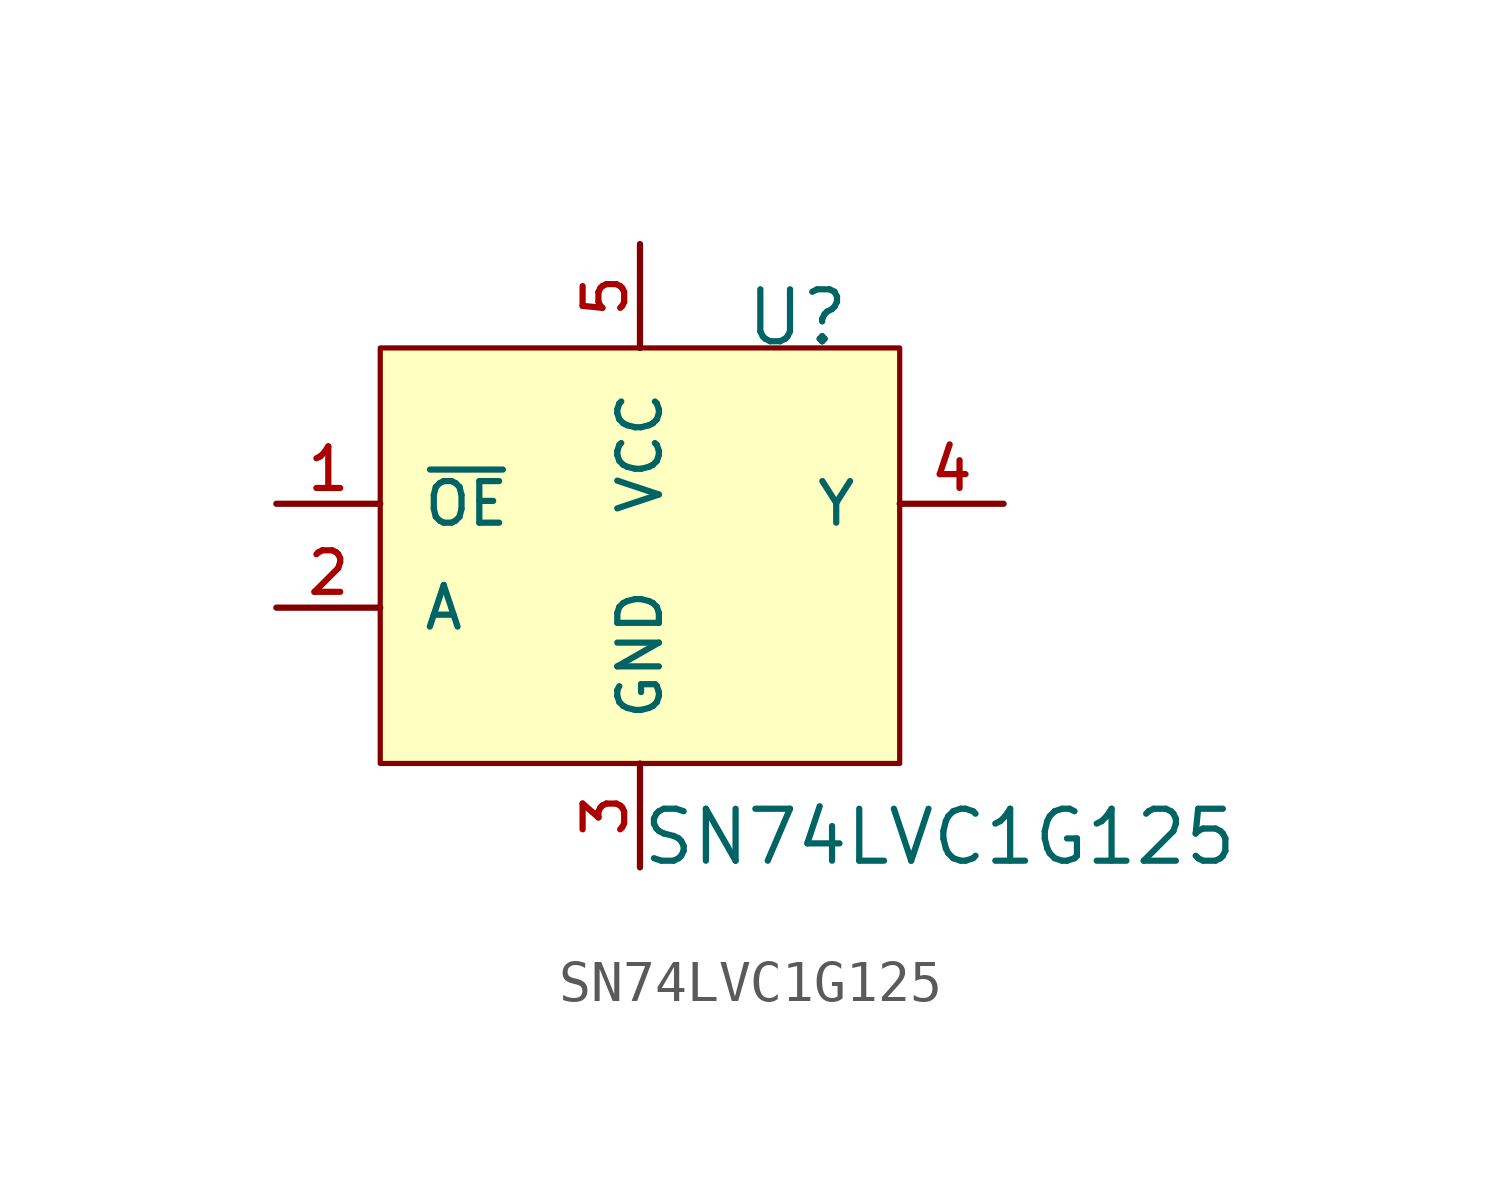
<source format=kicad_sym>
(kicad_symbol_lib
  (version 20211014)
  (generator kicad_symbol_editor)
  (symbol "SN74LVC1G125"
    (pin_names
      (offset 1.016))
    (property "Reference" "U"
      (at 2.54 5.08 0)
      (effects (font (size 1.27 1.27)) (justify left bottom)))
    (property "Value" "SN74LVC1G125"
      (at 0 -7.62 0)
      (effects (font (size 1.27 1.27)) (justify left bottom)))
    (symbol "SN74LVC1G125_0_0"
      (rectangle (start -6.35 5.08) (end 6.35 -5.08) (stroke (width 0.127) (type default) (color 0 0 0 0)) (fill (type background)))
      (pin input line (at -8.89 1.27 0) (length 2.54) (name "~{OE}" (effects (font (size 1.016 1.016)))) (number "1" (effects (font (size 1.016 1.016)))))
      (pin input line (at -8.89 -1.27 0) (length 2.54) (name "A" (effects (font (size 1.016 1.016)))) (number "2" (effects (font (size 1.016 1.016)))))
      (pin power_in line (at 0 -7.62 90) (length 2.54) (name "GND" (effects (font (size 1.016 1.016)))) (number "3" (effects (font (size 1.016 1.016)))))
      (pin tri_state line (at 8.89 1.27 180) (length 2.54) (name "Y" (effects (font (size 1.016 1.016)))) (number "4" (effects (font (size 1.016 1.016)))))
      (pin power_in line (at 0 7.62 270) (length 2.54) (name "VCC" (effects (font (size 1.016 1.016)))) (number "5" (effects (font (size 1.016 1.016))))))))
</source>
